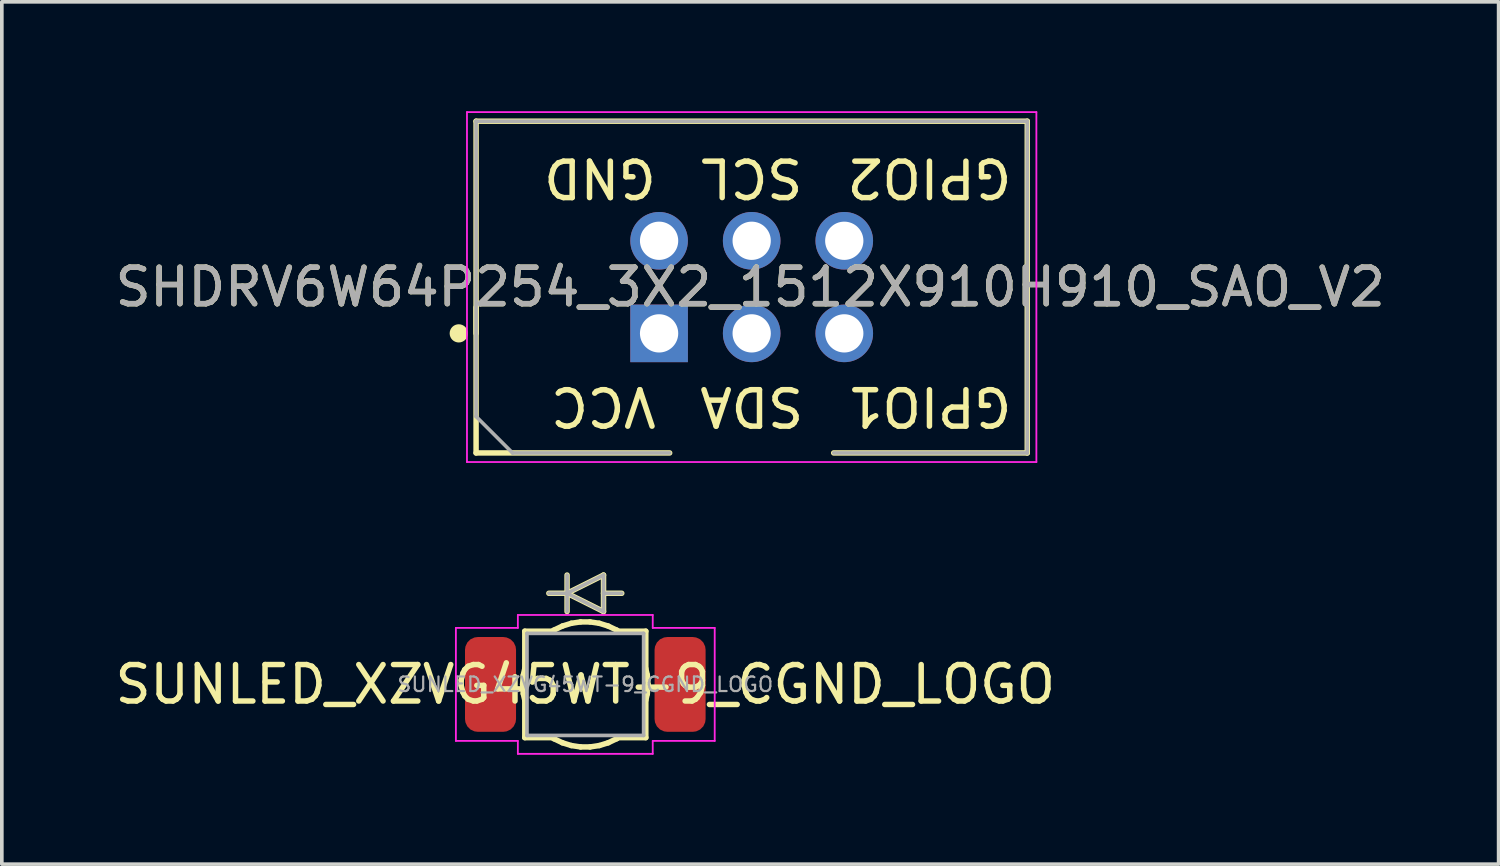
<source format=kicad_pcb>
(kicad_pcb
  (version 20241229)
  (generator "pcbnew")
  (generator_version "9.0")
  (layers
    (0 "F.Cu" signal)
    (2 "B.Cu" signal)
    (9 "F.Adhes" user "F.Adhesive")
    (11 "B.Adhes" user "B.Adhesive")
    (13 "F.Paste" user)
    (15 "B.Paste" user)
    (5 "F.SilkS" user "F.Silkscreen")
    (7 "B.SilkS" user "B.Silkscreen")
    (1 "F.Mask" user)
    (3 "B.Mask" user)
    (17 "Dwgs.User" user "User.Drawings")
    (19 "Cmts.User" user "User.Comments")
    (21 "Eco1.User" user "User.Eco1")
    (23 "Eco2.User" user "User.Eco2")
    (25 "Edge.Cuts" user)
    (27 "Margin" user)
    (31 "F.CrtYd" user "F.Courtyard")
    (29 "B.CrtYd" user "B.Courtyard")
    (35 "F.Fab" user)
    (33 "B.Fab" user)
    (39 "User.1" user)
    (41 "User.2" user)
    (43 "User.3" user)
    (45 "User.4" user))
  (footprint "SHDRV6W64P254_3X2_1512X910H910_SAO_V2"
    (layer "F.Cu")
    (at 15.03 6.095)
    (property "Reference" "SHDRV6W64P254_3X2_1512X910H910_SAO_V2" (at 2.5 -1.27 0) (layer "F.SilkS") (effects (font (size 1 1) (thickness 0.15))))
    (attr through_hole)
    (fp_line (start -5.02 -5.82) (end 10.1 -5.82) (stroke (width 0.15) (type solid)) (layer "F.SilkS"))
    (fp_line (start -5.02 0) (end -5.02 -0.715) (stroke (width 0.15) (type solid)) (layer "F.SilkS"))
    (fp_line (start -5.02 3.28) (end -5.02 -5.82) (stroke (width 0.15) (type solid)) (layer "F.SilkS"))
    (fp_line (start -5.02 3.28) (end 0.29 3.28) (stroke (width 0.15) (type default)) (layer "F.SilkS"))
    (fp_line (start 4.79 3.28) (end 10.1 3.28) (stroke (width 0.15) (type default)) (layer "F.SilkS"))
    (fp_line (start 10.1 -5.82) (end 10.1 3.28) (stroke (width 0.15) (type solid)) (layer "F.SilkS"))
    (fp_circle (center -5.495 0) (end -5.495 0.125) (stroke (width 0.25) (type solid)) (fill no) (layer "F.SilkS"))
    (fp_line (start -5.27 -6.07) (end 10.35 -6.07) (stroke (width 0.05) (type solid)) (layer "F.CrtYd"))
    (fp_line (start -5.27 3.53) (end -5.27 -6.07) (stroke (width 0.05) (type solid)) (layer "F.CrtYd"))
    (fp_line (start 10.35 -6.07) (end 10.35 3.53) (stroke (width 0.05) (type solid)) (layer "F.CrtYd"))
    (fp_line (start 10.35 3.53) (end -5.27 3.53) (stroke (width 0.05) (type solid)) (layer "F.CrtYd"))
    (fp_line (start -5.02 -5.82) (end -5.02 2.28) (stroke (width 0.1) (type solid)) (layer "F.Fab"))
    (fp_line (start -5.02 2.28) (end -4.02 3.28) (stroke (width 0.1) (type solid)) (layer "F.Fab"))
    (fp_line (start -4.02 3.28) (end 0.29 3.28) (stroke (width 0.1) (type default)) (layer "F.Fab"))
    (fp_line (start 4.79 3.28) (end 10.1 3.28) (stroke (width 0.1) (type default)) (layer "F.Fab"))
    (fp_line (start 10.1 -5.82) (end -5.02 -5.82) (stroke (width 0.1) (type solid)) (layer "F.Fab"))
    (fp_line (start 10.1 3.28) (end 10.1 -5.82) (stroke (width 0.1) (type solid)) (layer "F.Fab"))
    (fp_text user "SCL" (at 2.54 -4.27 180) (unlocked yes) (layer "F.SilkS") (effects (font (size 1 1) (thickness 0.15))))
    (fp_text user "GPIO1" (at 5.08 2 180) (unlocked yes) (layer "F.SilkS") (effects (font (size 1 1) (thickness 0.15)) (justify right)))
    (fp_text user "SDA" (at 2.54 2 180) (unlocked yes) (layer "F.SilkS") (effects (font (size 1 1) (thickness 0.15))))
    (fp_text user "VCC" (at 0 2 180) (unlocked yes) (layer "F.SilkS") (effects (font (size 1 1) (thickness 0.15)) (justify left)))
    (fp_text user "GND" (at 0 -4.27 180) (unlocked yes) (layer "F.SilkS") (effects (font (size 1 1) (thickness 0.15)) (justify left)))
    (fp_text user "GPIO2" (at 5.08 -4.27 180) (unlocked yes) (layer "F.SilkS") (effects (font (size 1 1) (thickness 0.15)) (justify right)))
    (fp_text user "${REFERENCE}" (at 2.5 -1.27 0) (layer "F.Fab") (effects (font (size 1 1) (thickness 0.15))))
    (pad "1" thru_hole rect (at 0 0) (size 1.58 1.58) (drill 1.05) (layers "*.Cu" "*.Mask"))
    (pad "2" thru_hole circle (at 0 -2.54) (size 1.58 1.58) (drill 1.05) (layers "*.Cu" "*.Mask"))
    (pad "3" thru_hole circle (at 2.54 0) (size 1.58 1.58) (drill 1.05) (layers "*.Cu" "*.Mask"))
    (pad "4" thru_hole circle (at 2.54 -2.54) (size 1.58 1.58) (drill 1.05) (layers "*.Cu" "*.Mask"))
    (pad "5" thru_hole circle (at 5.08 0) (size 1.58 1.58) (drill 1.05) (layers "*.Cu" "*.Mask"))
    (pad "6" thru_hole circle (at 5.08 -2.54) (size 1.58 1.58) (drill 1.05) (layers "*.Cu" "*.Mask")))
  (footprint "SUNLED_XZVG45WT-9_CGND_LOGO"
    (layer "F.Cu")
    (at 13.006 15.725)
    (property "Reference" "SUNLED_XZVG45WT-9_CGND_LOGO" (at 0 0 0) (layer "F.SilkS") (effects (font (size 1 1) (thickness 0.15))))
    (attr smd)
    (fp_circle (center 0 0) (end 1.5 0) (stroke (width 0) (type solid)) (fill yes) (layer "F.Mask"))
    (fp_line (start -1.72 0) (end -1.701 -0.256) (stroke (width 0.15) (type default)) (layer "F.SilkS"))
    (fp_line (start -1.701 -0.256) (end -1.66 -0.435) (stroke (width 0.15) (type default)) (layer "F.SilkS"))
    (fp_line (start -1.701 0.256) (end -1.72 0) (stroke (width 0.15) (type default)) (layer "F.SilkS"))
    (fp_line (start -1.66 -1.46) (end -0.903 -1.46) (stroke (width 0.15) (type default)) (layer "F.SilkS"))
    (fp_line (start -1.66 -0.435) (end -1.66 -1.46) (stroke (width 0.15) (type default)) (layer "F.SilkS"))
    (fp_line (start -1.66 0.435) (end -1.701 0.256) (stroke (width 0.15) (type default)) (layer "F.SilkS"))
    (fp_line (start -1.66 1.46) (end -1.66 0.435) (stroke (width 0.15) (type default)) (layer "F.SilkS"))
    (fp_line (start -1 -2.5) (end -0.5 -2.5) (stroke (width 0.15) (type solid)) (layer "F.SilkS"))
    (fp_line (start -0.903 -1.46) (end -0.86 -1.49) (stroke (width 0.15) (type default)) (layer "F.SilkS"))
    (fp_line (start -0.903 1.46) (end -1.66 1.46) (stroke (width 0.15) (type default)) (layer "F.SilkS"))
    (fp_line (start -0.86 -1.49) (end -0.628 -1.601) (stroke (width 0.15) (type default)) (layer "F.SilkS"))
    (fp_line (start -0.86 1.49) (end -0.903 1.46) (stroke (width 0.15) (type default)) (layer "F.SilkS"))
    (fp_line (start -0.628 -1.601) (end -0.383 -1.677) (stroke (width 0.15) (type default)) (layer "F.SilkS"))
    (fp_line (start -0.628 1.601) (end -0.86 1.49) (stroke (width 0.15) (type default)) (layer "F.SilkS"))
    (fp_line (start -0.5 -2.5) (end 0.5 -2) (stroke (width 0.15) (type solid)) (layer "F.SilkS"))
    (fp_line (start -0.5 -2) (end -0.5 -3) (stroke (width 0.15) (type solid)) (layer "F.SilkS"))
    (fp_line (start -0.383 -1.677) (end -0.129 -1.715) (stroke (width 0.15) (type default)) (layer "F.SilkS"))
    (fp_line (start -0.383 1.677) (end -0.628 1.601) (stroke (width 0.15) (type default)) (layer "F.SilkS"))
    (fp_line (start -0.129 -1.715) (end 0.129 -1.715) (stroke (width 0.15) (type default)) (layer "F.SilkS"))
    (fp_line (start -0.129 1.715) (end -0.383 1.677) (stroke (width 0.15) (type default)) (layer "F.SilkS"))
    (fp_line (start 0.129 -1.715) (end 0.383 -1.677) (stroke (width 0.15) (type default)) (layer "F.SilkS"))
    (fp_line (start 0.129 1.715) (end -0.129 1.715) (stroke (width 0.15) (type default)) (layer "F.SilkS"))
    (fp_line (start 0.383 -1.677) (end 0.628 -1.601) (stroke (width 0.15) (type default)) (layer "F.SilkS"))
    (fp_line (start 0.383 1.677) (end 0.129 1.715) (stroke (width 0.15) (type default)) (layer "F.SilkS"))
    (fp_line (start 0.5 -3) (end -0.5 -2.5) (stroke (width 0.15) (type solid)) (layer "F.SilkS"))
    (fp_line (start 0.5 -2) (end 0.5 -3) (stroke (width 0.15) (type solid)) (layer "F.SilkS"))
    (fp_line (start 0.628 -1.601) (end 0.86 -1.49) (stroke (width 0.15) (type default)) (layer "F.SilkS"))
    (fp_line (start 0.628 1.601) (end 0.383 1.677) (stroke (width 0.15) (type default)) (layer "F.SilkS"))
    (fp_line (start 0.86 -1.49) (end 0.903 -1.46) (stroke (width 0.15) (type default)) (layer "F.SilkS"))
    (fp_line (start 0.86 1.49) (end 0.628 1.601) (stroke (width 0.15) (type default)) (layer "F.SilkS"))
    (fp_line (start 0.903 -1.46) (end 1.66 -1.46) (stroke (width 0.15) (type default)) (layer "F.SilkS"))
    (fp_line (start 0.903 1.46) (end 0.86 1.49) (stroke (width 0.15) (type default)) (layer "F.SilkS"))
    (fp_line (start 1 -2.5) (end 0.5 -2.5) (stroke (width 0.15) (type solid)) (layer "F.SilkS"))
    (fp_line (start 1.66 -1.46) (end 1.66 -0.435) (stroke (width 0.15) (type default)) (layer "F.SilkS"))
    (fp_line (start 1.66 -0.435) (end 1.701 -0.256) (stroke (width 0.15) (type default)) (layer "F.SilkS"))
    (fp_line (start 1.66 0.435) (end 1.66 1.46) (stroke (width 0.15) (type default)) (layer "F.SilkS"))
    (fp_line (start 1.66 1.46) (end 0.903 1.46) (stroke (width 0.15) (type default)) (layer "F.SilkS"))
    (fp_line (start 1.701 -0.256) (end 1.72 0) (stroke (width 0.15) (type default)) (layer "F.SilkS"))
    (fp_line (start 1.701 0.256) (end 1.66 0.435) (stroke (width 0.15) (type default)) (layer "F.SilkS"))
    (fp_line (start 1.72 0) (end 1.701 0.256) (stroke (width 0.15) (type default)) (layer "F.SilkS"))
    (fp_line (start -3.55 -1.55) (end -3.55 1.55) (stroke (width 0.05) (type solid)) (layer "F.CrtYd"))
    (fp_line (start -3.55 1.55) (end -1.85 1.55) (stroke (width 0.05) (type solid)) (layer "F.CrtYd"))
    (fp_line (start -1.85 -1.905) (end -1.85 -1.55) (stroke (width 0.05) (type solid)) (layer "F.CrtYd"))
    (fp_line (start -1.85 -1.55) (end -3.55 -1.55) (stroke (width 0.05) (type solid)) (layer "F.CrtYd"))
    (fp_line (start -1.85 1.55) (end -1.85 1.905) (stroke (width 0.05) (type solid)) (layer "F.CrtYd"))
    (fp_line (start -1.85 1.905) (end 1.85 1.905) (stroke (width 0.05) (type solid)) (layer "F.CrtYd"))
    (fp_line (start 1.85 -1.905) (end -1.85 -1.905) (stroke (width 0.05) (type solid)) (layer "F.CrtYd"))
    (fp_line (start 1.85 -1.55) (end 1.85 -1.905) (stroke (width 0.05) (type solid)) (layer "F.CrtYd"))
    (fp_line (start 1.85 1.55) (end 3.55 1.55) (stroke (width 0.05) (type solid)) (layer "F.CrtYd"))
    (fp_line (start 1.85 1.905) (end 1.85 1.55) (stroke (width 0.05) (type solid)) (layer "F.CrtYd"))
    (fp_line (start 3.55 -1.55) (end 1.85 -1.55) (stroke (width 0.05) (type solid)) (layer "F.CrtYd"))
    (fp_line (start 3.55 1.55) (end 3.55 -1.55) (stroke (width 0.05) (type solid)) (layer "F.CrtYd"))
    (fp_line (start -1.6 -1.4) (end 1.6 -1.4) (stroke (width 0.1) (type solid)) (layer "F.Fab"))
    (fp_line (start -1.6 1.4) (end -1.6 -1.4) (stroke (width 0.1) (type solid)) (layer "F.Fab"))
    (fp_line (start -1 -2.5) (end -0.5 -2.5) (stroke (width 0.1) (type solid)) (layer "F.Fab"))
    (fp_line (start -0.5 -2.5) (end 0.5 -2) (stroke (width 0.1) (type solid)) (layer "F.Fab"))
    (fp_line (start -0.5 -2) (end -0.5 -3) (stroke (width 0.1) (type solid)) (layer "F.Fab"))
    (fp_line (start 0.5 -3) (end -0.5 -2.5) (stroke (width 0.1) (type solid)) (layer "F.Fab"))
    (fp_line (start 0.5 -2) (end 0.5 -3) (stroke (width 0.1) (type solid)) (layer "F.Fab"))
    (fp_line (start 1 -2.5) (end 0.5 -2.5) (stroke (width 0.1) (type solid)) (layer "F.Fab"))
    (fp_line (start 1.6 -1.4) (end 1.6 1.4) (stroke (width 0.1) (type solid)) (layer "F.Fab"))
    (fp_line (start 1.6 1.4) (end -1.6 1.4) (stroke (width 0.1) (type solid)) (layer "F.Fab"))
    (fp_text user "${REFERENCE}" (at 0 0 0) (layer "F.Fab") (effects (font (size 0.4 0.4) (thickness 0.06))))
    (pad "A" smd roundrect (at 2.6 0) (size 1.4 2.6) (layers "F.Cu" "F.Mask" "F.Paste") (roundrect_rratio 0.25))
    (pad "C" smd roundrect (at -2.6 0) (size 1.4 2.6) (layers "F.Cu" "F.Mask" "F.Paste") (roundrect_rratio 0.25))
    (zone (net_name "") (layer "F.Cu") (name "LED keep out") (hatch edge 0.5) (connect_pads) (min_thickness 0.25) (filled_areas_thickness no) (keepout (tracks not_allowed) (vias not_allowed) (pads not_allowed) (copperpour not_allowed) (footprints allowed)) (placement (enabled no)) (fill) (polygon (pts (xy 14.506 15.725) (xy 14.485 15.478) (xy 14.425 15.238) (xy 14.325 15.011) (xy 14.19 14.804) (xy 14.022 14.621) (xy 13.826 14.469) (xy 13.608 14.351) (xy 13.374 14.271) (xy 13.13 14.23) (xy 12.882 14.23) (xy 12.638 14.271) (xy 12.403 14.351) (xy 12.186 14.469) (xy 11.99 14.621) (xy 11.822 14.804) (xy 11.687 15.011) (xy 11.587 15.238) (xy 11.526 15.478) (xy 11.506 15.725) (xy 11.526 15.972) (xy 11.587 16.212) (xy 11.687 16.439) (xy 11.822 16.646) (xy 11.99 16.829) (xy 12.186 16.981) (xy 12.403 17.099) (xy 12.638 17.179) (xy 12.882 17.22) (xy 13.13 17.22) (xy 13.374 17.179) (xy 13.608 17.099) (xy 13.826 16.981) (xy 14.022 16.829) (xy 14.19 16.646) (xy 14.325 16.439) (xy 14.425 16.212) (xy 14.485 15.972)))))
  (gr_rect
    (start -3 -3)
    (end 38.06 20.655)
    (stroke (width 0.1) (type default))
    (fill no)
    (layer "Edge.Cuts")))
</source>
